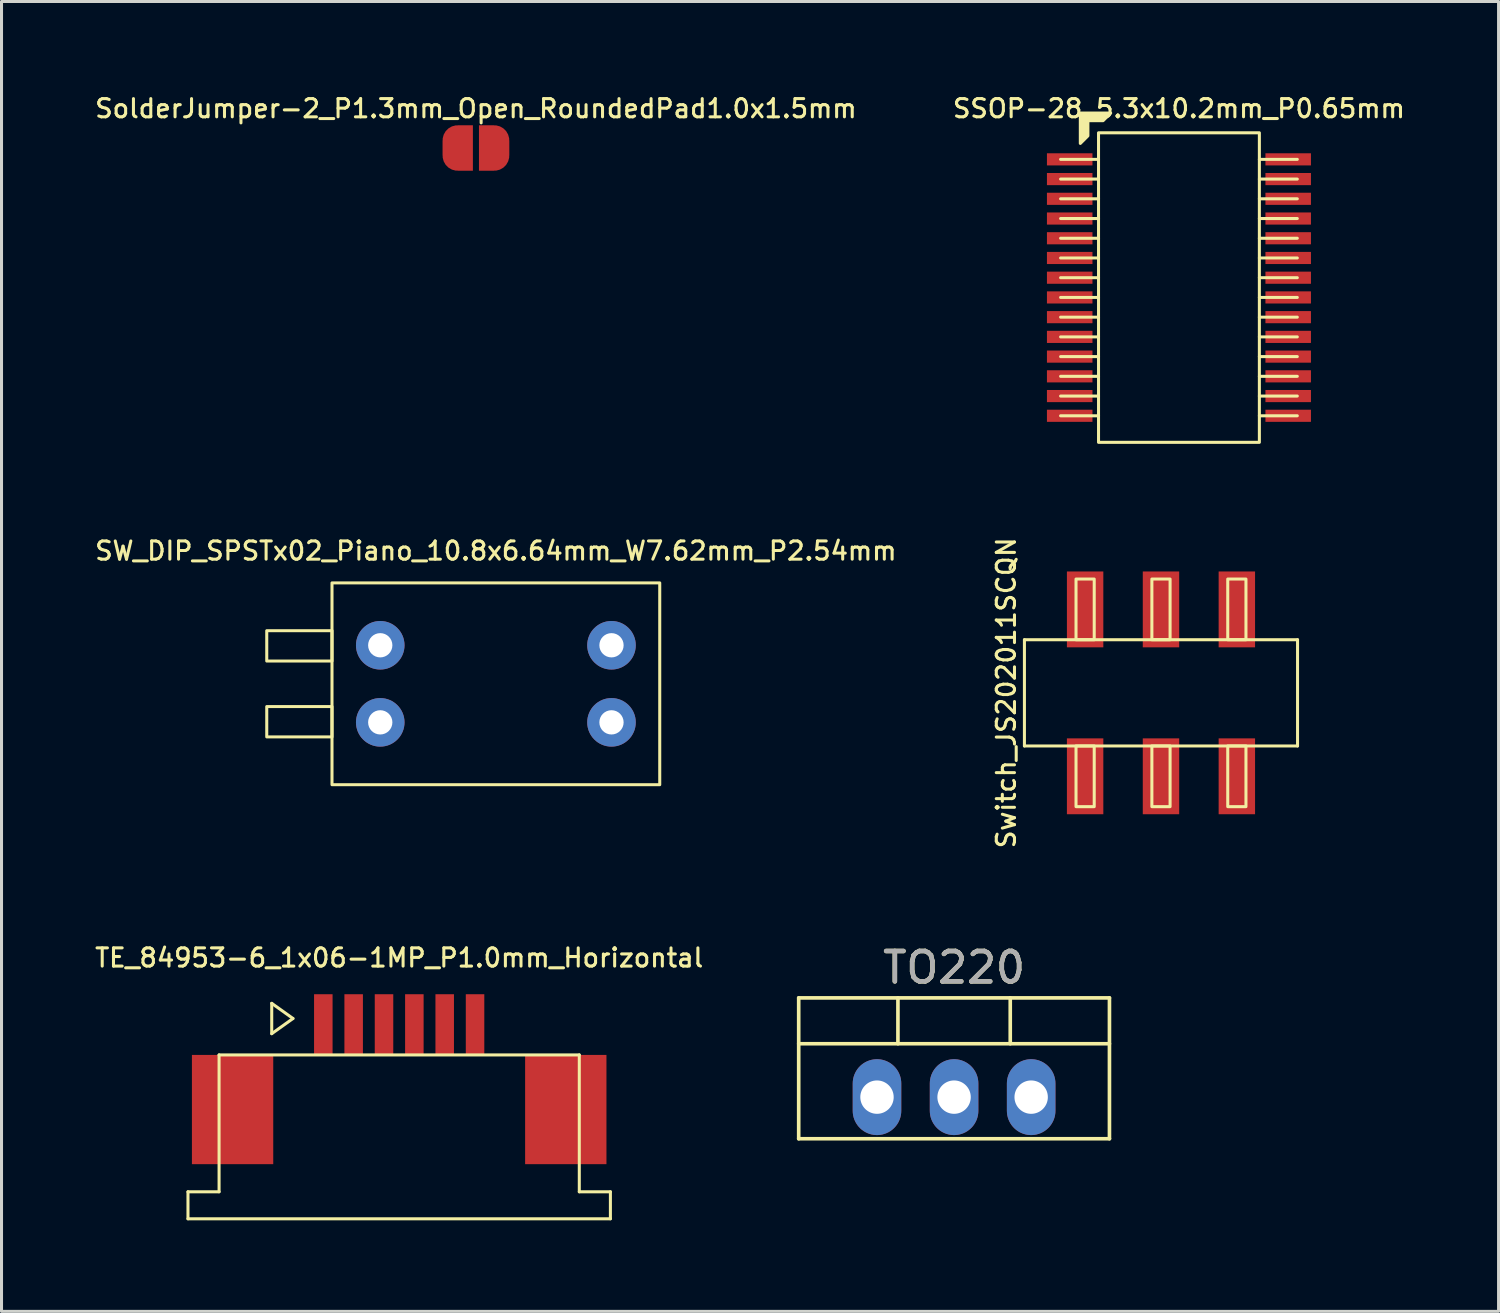
<source format=kicad_pcb>
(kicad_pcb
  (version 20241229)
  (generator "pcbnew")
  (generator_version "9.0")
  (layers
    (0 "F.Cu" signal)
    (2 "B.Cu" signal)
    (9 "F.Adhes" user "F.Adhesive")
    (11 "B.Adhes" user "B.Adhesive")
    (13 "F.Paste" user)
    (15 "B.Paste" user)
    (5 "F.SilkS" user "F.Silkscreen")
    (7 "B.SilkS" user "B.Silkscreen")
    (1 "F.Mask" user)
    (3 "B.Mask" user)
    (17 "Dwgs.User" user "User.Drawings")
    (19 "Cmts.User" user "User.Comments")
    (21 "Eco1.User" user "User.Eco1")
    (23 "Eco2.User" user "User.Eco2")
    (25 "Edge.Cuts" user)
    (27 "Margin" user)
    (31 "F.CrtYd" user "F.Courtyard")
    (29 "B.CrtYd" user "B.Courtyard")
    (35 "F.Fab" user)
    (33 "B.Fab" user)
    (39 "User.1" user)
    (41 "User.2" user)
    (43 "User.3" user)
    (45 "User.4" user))
  (footprint "SW_DIP_SPSTx02_Piano_10.8x6.64mm_W7.62mm_P2.54mm"
    (layer "F.Cu")
    (at 13.29 19.483)
    (property "Reference" "SW_DIP_SPSTx02_Piano_10.8x6.64mm_W7.62mm_P2.54mm" (at 0 -4.38 0) (layer "F.SilkS") (effects (font (size 0.6 0.6) (thickness 0.1) (bold yes))))
    (attr through_hole)
    (fp_rect (start -7.55 -1.75) (end -5.4 -0.75) (stroke (width 0.1) (type default)) (fill no) (layer "F.SilkS"))
    (fp_rect (start -7.55 0.75) (end -5.4 1.75) (stroke (width 0.1) (type default)) (fill no) (layer "F.SilkS"))
    (fp_rect (start 5.4 3.325) (end -5.4 -3.325) (stroke (width 0.1) (type default)) (fill no) (layer "F.SilkS"))
    (pad "1" thru_hole circle (at -3.81 -1.27) (size 1.6 1.6) (drill 0.8) (layers "*.Cu" "*.Mask"))
    (pad "2" thru_hole oval (at -3.81 1.27) (size 1.6 1.6) (drill 0.8) (layers "*.Cu" "*.Mask"))
    (pad "3" thru_hole oval (at 3.81 1.27) (size 1.6 1.6) (drill 0.8) (layers "*.Cu" "*.Mask"))
    (pad "4" thru_hole oval (at 3.81 -1.27) (size 1.6 1.6) (drill 0.8) (layers "*.Cu" "*.Mask")))
  (footprint "Switch_JS202011SCQN"
    (layer "F.Cu")
    (at 35.207 19.781)
    (property "Reference" "Switch_JS202011SCQN" (at -5.1 0 90) (unlocked yes) (layer "F.SilkS") (effects (font (size 0.6 0.6) (thickness 0.1))))
    (attr through_hole)
    (fp_line (start -4.5 -1.75) (end 4.5 -1.75) (stroke (width 0.1) (type solid)) (layer "F.SilkS"))
    (fp_line (start -4.5 1.75) (end -4.5 -1.75) (stroke (width 0.1) (type solid)) (layer "F.SilkS"))
    (fp_line (start 4.5 -1.75) (end 4.5 1.75) (stroke (width 0.1) (type solid)) (layer "F.SilkS"))
    (fp_line (start 4.5 1.75) (end -4.5 1.75) (stroke (width 0.1) (type solid)) (layer "F.SilkS"))
    (fp_rect (start -2.8 -3.75) (end -2.2 -1.75) (stroke (width 0.1) (type solid)) (fill no) (layer "F.SilkS"))
    (fp_rect (start -2.2 3.75) (end -2.8 1.75) (stroke (width 0.1) (type solid)) (fill no) (layer "F.SilkS"))
    (fp_rect (start -0.3 -3.75) (end 0.3 -1.75) (stroke (width 0.1) (type solid)) (fill no) (layer "F.SilkS"))
    (fp_rect (start -0.3 1.75) (end 0.3 3.75) (stroke (width 0.1) (type solid)) (fill no) (layer "F.SilkS"))
    (fp_rect (start 2.2 -3.75) (end 2.8 -1.75) (stroke (width 0.1) (type solid)) (fill no) (layer "F.SilkS"))
    (fp_rect (start 2.8 3.75) (end 2.2 1.75) (stroke (width 0.1) (type solid)) (fill no) (layer "F.SilkS"))
    (pad "1" smd rect (at -2.5 -2.75) (size 1.2 2.5) (layers "F.Cu" "F.Mask" "F.Paste"))
    (pad "1" smd rect (at -2.5 2.75) (size 1.2 2.5) (layers "F.Cu" "F.Mask" "F.Paste"))
    (pad "2" smd rect (at 0 -2.75) (size 1.2 2.5) (layers "F.Cu" "F.Mask" "F.Paste"))
    (pad "2" smd rect (at 0 2.75) (size 1.2 2.5) (layers "F.Cu" "F.Mask" "F.Paste"))
    (pad "3" smd rect (at 2.5 -2.75) (size 1.2 2.5) (layers "F.Cu" "F.Mask" "F.Paste"))
    (pad "3" smd rect (at 2.5 2.75) (size 1.2 2.5) (layers "F.Cu" "F.Mask" "F.Paste")))
  (footprint "SolderJumper-2_P1.3mm_Open_RoundedPad1.0x1.5mm"
    (layer "F.Cu")
    (at 12.633 1.827)
    (property "Reference" "SolderJumper-2_P1.3mm_Open_RoundedPad1.0x1.5mm" (at 0 -1.3 0) (layer "F.SilkS") (effects (font (size 0.6 0.6) (thickness 0.1) (bold yes))))
    (attr exclude_from_pos_files exclude_from_bom)
    (fp_rect (start -0.2 -0.8) (end 0.3 0.8) (stroke (width 0.1) (type solid)) (fill yes) (layer "F.Mask"))
    (pad "1" smd custom (at -0.6 0) (size 1 0.5) (layers "F.Cu" "F.Mask") (options (anchor rect)) (primitives (gr_circle (center 0 0.25) (end 0.5 0.25) (width 0) (fill yes)) (gr_circle (center 0 -0.25) (end 0.5 -0.25) (width 0) (fill yes)) (gr_poly (pts (xy 0.5 0.75) (xy 0 0.75) (xy 0 -0.75) (xy 0.5 -0.75)) (width 0) (fill yes))))
    (pad "2" smd custom (at 0.6 0) (size 1 0.5) (layers "F.Cu" "F.Mask") (options (anchor rect)) (primitives (gr_circle (center 0 0.25) (end 0.5 0.25) (width 0) (fill yes)) (gr_circle (center 0 -0.25) (end 0.5 -0.25) (width 0) (fill yes)) (gr_poly (pts (xy 0 0.75) (xy -0.5 0.75) (xy -0.5 -0.75) (xy 0 -0.75)) (width 0) (fill yes)))))
  (footprint "SSOP-28_5.3x10.2mm_P0.65mm"
    (layer "F.Cu")
    (at 35.799 6.426)
    (property "Reference" "SSOP-28_5.3x10.2mm_P0.65mm" (at 0 -5.9 0) (layer "F.SilkS") (effects (font (size 0.6 0.6) (thickness 0.1) (bold yes))))
    (attr smd)
    (fp_line (start -3.9 -4.225) (end -2.65 -4.225) (stroke (width 0.1) (type default)) (layer "F.SilkS"))
    (fp_line (start -3.9 -3.575) (end -2.65 -3.575) (stroke (width 0.1) (type default)) (layer "F.SilkS"))
    (fp_line (start -3.9 -2.925) (end -2.65 -2.925) (stroke (width 0.1) (type default)) (layer "F.SilkS"))
    (fp_line (start -3.9 -2.275) (end -2.65 -2.275) (stroke (width 0.1) (type default)) (layer "F.SilkS"))
    (fp_line (start -3.9 -1.625) (end -2.65 -1.625) (stroke (width 0.1) (type default)) (layer "F.SilkS"))
    (fp_line (start -3.9 -0.975) (end -2.65 -0.975) (stroke (width 0.1) (type default)) (layer "F.SilkS"))
    (fp_line (start -3.9 -0.325) (end -2.65 -0.325) (stroke (width 0.1) (type default)) (layer "F.SilkS"))
    (fp_line (start -3.9 0.325) (end -2.65 0.325) (stroke (width 0.1) (type default)) (layer "F.SilkS"))
    (fp_line (start -3.9 0.975) (end -2.65 0.975) (stroke (width 0.1) (type default)) (layer "F.SilkS"))
    (fp_line (start -3.9 1.625) (end -2.65 1.625) (stroke (width 0.1) (type default)) (layer "F.SilkS"))
    (fp_line (start -3.9 2.275) (end -2.65 2.275) (stroke (width 0.1) (type default)) (layer "F.SilkS"))
    (fp_line (start -3.9 2.925) (end -2.65 2.925) (stroke (width 0.1) (type default)) (layer "F.SilkS"))
    (fp_line (start -3.9 3.575) (end -2.65 3.575) (stroke (width 0.1) (type default)) (layer "F.SilkS"))
    (fp_line (start -3.9 4.225) (end -2.65 4.225) (stroke (width 0.1) (type default)) (layer "F.SilkS"))
    (fp_line (start 2.65 -4.225) (end 3.9 -4.225) (stroke (width 0.1) (type default)) (layer "F.SilkS"))
    (fp_line (start 2.65 -3.575) (end 3.9 -3.575) (stroke (width 0.1) (type default)) (layer "F.SilkS"))
    (fp_line (start 2.65 -2.925) (end 3.9 -2.925) (stroke (width 0.1) (type default)) (layer "F.SilkS"))
    (fp_line (start 2.65 -2.275) (end 3.9 -2.275) (stroke (width 0.1) (type default)) (layer "F.SilkS"))
    (fp_line (start 2.65 -1.625) (end 3.9 -1.625) (stroke (width 0.1) (type default)) (layer "F.SilkS"))
    (fp_line (start 2.65 -0.975) (end 3.9 -0.975) (stroke (width 0.1) (type default)) (layer "F.SilkS"))
    (fp_line (start 2.65 -0.325) (end 3.9 -0.325) (stroke (width 0.1) (type default)) (layer "F.SilkS"))
    (fp_line (start 2.65 0.325) (end 3.9 0.325) (stroke (width 0.1) (type default)) (layer "F.SilkS"))
    (fp_line (start 2.65 0.975) (end 3.9 0.975) (stroke (width 0.1) (type default)) (layer "F.SilkS"))
    (fp_line (start 2.65 1.625) (end 3.9 1.625) (stroke (width 0.1) (type default)) (layer "F.SilkS"))
    (fp_line (start 2.65 2.275) (end 3.9 2.275) (stroke (width 0.1) (type default)) (layer "F.SilkS"))
    (fp_line (start 2.65 2.925) (end 3.9 2.925) (stroke (width 0.1) (type default)) (layer "F.SilkS"))
    (fp_line (start 2.65 3.575) (end 3.9 3.575) (stroke (width 0.1) (type default)) (layer "F.SilkS"))
    (fp_line (start 2.65 4.225) (end 3.9 4.225) (stroke (width 0.1) (type default)) (layer "F.SilkS"))
    (fp_rect (start -2.65 -5.1) (end 2.65 5.1) (stroke (width 0.1) (type default)) (fill no) (layer "F.SilkS"))
    (fp_poly (pts (xy -3 -5.5) (xy -2.5 -5.5) (xy -2.25 -5.75) (xy -3.25 -5.75) (xy -3.25 -4.75) (xy -3 -5)) (stroke (width 0.1) (type solid)) (fill yes) (layer "F.SilkS"))
    (pad "1" smd rect (at -3.6 -4.225) (size 1.5 0.4) (layers "F.Cu" "F.Mask" "F.Paste"))
    (pad "2" smd rect (at -3.6 -3.575) (size 1.5 0.4) (layers "F.Cu" "F.Mask" "F.Paste"))
    (pad "3" smd rect (at -3.6 -2.925) (size 1.5 0.4) (layers "F.Cu" "F.Mask" "F.Paste"))
    (pad "4" smd rect (at -3.6 -2.275) (size 1.5 0.4) (layers "F.Cu" "F.Mask" "F.Paste"))
    (pad "5" smd rect (at -3.6 -1.625) (size 1.5 0.4) (layers "F.Cu" "F.Mask" "F.Paste"))
    (pad "6" smd rect (at -3.6 -0.975) (size 1.5 0.4) (layers "F.Cu" "F.Mask" "F.Paste"))
    (pad "7" smd rect (at -3.6 -0.325) (size 1.5 0.4) (layers "F.Cu" "F.Mask" "F.Paste"))
    (pad "8" smd rect (at -3.6 0.325) (size 1.5 0.4) (layers "F.Cu" "F.Mask" "F.Paste"))
    (pad "9" smd rect (at -3.6 0.975) (size 1.5 0.4) (layers "F.Cu" "F.Mask" "F.Paste"))
    (pad "10" smd rect (at -3.6 1.625) (size 1.5 0.4) (layers "F.Cu" "F.Mask" "F.Paste"))
    (pad "11" smd rect (at -3.6 2.275) (size 1.5 0.4) (layers "F.Cu" "F.Mask" "F.Paste"))
    (pad "12" smd rect (at -3.6 2.925) (size 1.5 0.4) (layers "F.Cu" "F.Mask" "F.Paste"))
    (pad "13" smd rect (at -3.6 3.575) (size 1.5 0.4) (layers "F.Cu" "F.Mask" "F.Paste"))
    (pad "14" smd rect (at -3.6 4.225) (size 1.5 0.4) (layers "F.Cu" "F.Mask" "F.Paste"))
    (pad "15" smd rect (at 3.6 4.225) (size 1.5 0.4) (layers "F.Cu" "F.Mask" "F.Paste"))
    (pad "16" smd rect (at 3.6 3.575) (size 1.5 0.4) (layers "F.Cu" "F.Mask" "F.Paste"))
    (pad "17" smd rect (at 3.6 2.925) (size 1.5 0.4) (layers "F.Cu" "F.Mask" "F.Paste"))
    (pad "18" smd rect (at 3.6 2.275) (size 1.5 0.4) (layers "F.Cu" "F.Mask" "F.Paste"))
    (pad "19" smd rect (at 3.6 1.625) (size 1.5 0.4) (layers "F.Cu" "F.Mask" "F.Paste"))
    (pad "20" smd rect (at 3.6 0.975) (size 1.5 0.4) (layers "F.Cu" "F.Mask" "F.Paste"))
    (pad "21" smd rect (at 3.6 0.325) (size 1.5 0.4) (layers "F.Cu" "F.Mask" "F.Paste"))
    (pad "22" smd rect (at 3.6 -0.325) (size 1.5 0.4) (layers "F.Cu" "F.Mask" "F.Paste"))
    (pad "23" smd rect (at 3.6 -0.975) (size 1.5 0.4) (layers "F.Cu" "F.Mask" "F.Paste"))
    (pad "24" smd rect (at 3.6 -1.625) (size 1.5 0.4) (layers "F.Cu" "F.Mask" "F.Paste"))
    (pad "25" smd rect (at 3.6 -2.275) (size 1.5 0.4) (layers "F.Cu" "F.Mask" "F.Paste"))
    (pad "26" smd rect (at 3.6 -2.925) (size 1.5 0.4) (layers "F.Cu" "F.Mask" "F.Paste"))
    (pad "27" smd rect (at 3.6 -3.575) (size 1.5 0.4) (layers "F.Cu" "F.Mask" "F.Paste"))
    (pad "28" smd rect (at 3.6 -4.225) (size 1.5 0.4) (layers "F.Cu" "F.Mask" "F.Paste")))
  (footprint "TO220"
    (layer "F.Cu")
    (at 28.389 33.103)
    (property "Reference" "TO220" (at 0 -4.27 0) (layer "F.SilkS") (effects (font (size 1 1) (thickness 0.15))))
    (attr through_hole)
    (fp_line (start -5.12 -3.27) (end -5.12 1.371) (stroke (width 0.12) (type solid)) (layer "F.SilkS"))
    (fp_line (start -5.12 -3.27) (end 5.12 -3.27) (stroke (width 0.12) (type solid)) (layer "F.SilkS"))
    (fp_line (start -5.12 -1.76) (end 5.12 -1.76) (stroke (width 0.12) (type solid)) (layer "F.SilkS"))
    (fp_line (start -5.12 1.371) (end 5.12 1.371) (stroke (width 0.12) (type solid)) (layer "F.SilkS"))
    (fp_line (start -1.85 -3.27) (end -1.85 -1.76) (stroke (width 0.12) (type solid)) (layer "F.SilkS"))
    (fp_line (start 1.851 -3.27) (end 1.851 -1.76) (stroke (width 0.12) (type solid)) (layer "F.SilkS"))
    (fp_line (start 5.12 -3.27) (end 5.12 1.371) (stroke (width 0.12) (type solid)) (layer "F.SilkS"))
    (fp_text user "${REFERENCE}" (at 0 -4.27 0) (layer "F.Fab") (effects (font (size 1 1) (thickness 0.15))))
    (pad "1" thru_hole oval (at -2.54 0) (size 1.6 2.5) (drill 1.1) (layers "*.Cu" "*.Mask"))
    (pad "2" thru_hole oval (at 0 0) (size 1.6 2.5) (drill 1.1) (layers "*.Cu" "*.Mask"))
    (pad "3" thru_hole oval (at 2.54 0) (size 1.6 2.5) (drill 1.1) (layers "*.Cu" "*.Mask")))
  (footprint "TE_84953-6_1x06-1MP_P1.0mm_Horizontal"
    (layer "F.Cu")
    (at 10.104 32.512)
    (property "Reference" "TE_84953-6_1x06-1MP_P1.0mm_Horizontal" (at 0 -4 0) (layer "F.SilkS") (effects (font (size 0.6 0.6) (thickness 0.1) (bold yes))))
    (attr smd)
    (fp_line (start -6.96 3.71) (end -5.935 3.71) (stroke (width 0.1) (type solid)) (layer "F.SilkS"))
    (fp_line (start -6.96 4.6) (end -6.96 3.71) (stroke (width 0.1) (type solid)) (layer "F.SilkS"))
    (fp_line (start -5.935 -0.8) (end 5.935 -0.8) (stroke (width 0.1) (type solid)) (layer "F.SilkS"))
    (fp_line (start -5.935 3.71) (end -5.935 -0.8) (stroke (width 0.1) (type solid)) (layer "F.SilkS"))
    (fp_line (start -4.2 -2.5) (end -4.2 -1.5) (stroke (width 0.1) (type default)) (layer "F.SilkS"))
    (fp_line (start -4.2 -1.5) (end -3.5 -2) (stroke (width 0.1) (type default)) (layer "F.SilkS"))
    (fp_line (start -3.5 -2) (end -4.2 -2.5) (stroke (width 0.1) (type default)) (layer "F.SilkS"))
    (fp_line (start 5.935 -0.8) (end 5.935 3.71) (stroke (width 0.1) (type solid)) (layer "F.SilkS"))
    (fp_line (start 5.935 3.71) (end 6.96 3.71) (stroke (width 0.1) (type solid)) (layer "F.SilkS"))
    (fp_line (start 6.96 3.71) (end 6.96 4.6) (stroke (width 0.1) (type solid)) (layer "F.SilkS"))
    (fp_line (start 6.96 4.6) (end -6.96 4.6) (stroke (width 0.1) (type solid)) (layer "F.SilkS"))
    (pad "" smd rect (at -5.49 1) (size 2.68 3.6) (layers "F.Cu" "F.Mask" "F.Paste"))
    (pad "" smd rect (at 5.49 1) (size 2.68 3.6) (layers "F.Cu" "F.Mask" "F.Paste"))
    (pad "1" smd rect (at -2.5 -1.8) (size 0.61 2) (layers "F.Cu" "F.Mask" "F.Paste"))
    (pad "2" smd rect (at -1.5 -1.8) (size 0.61 2) (layers "F.Cu" "F.Mask" "F.Paste"))
    (pad "3" smd rect (at -0.5 -1.8) (size 0.61 2) (layers "F.Cu" "F.Mask" "F.Paste"))
    (pad "4" smd rect (at 0.5 -1.8) (size 0.61 2) (layers "F.Cu" "F.Mask" "F.Paste"))
    (pad "5" smd rect (at 1.5 -1.8) (size 0.61 2) (layers "F.Cu" "F.Mask" "F.Paste"))
    (pad "6" smd rect (at 2.5 -1.8) (size 0.61 2) (layers "F.Cu" "F.Mask" "F.Paste")))
  (gr_rect
    (start -3 -3)
    (end 46.331 40.162)
    (stroke (width 0.1) (type default))
    (fill no)
    (layer "Edge.Cuts")))
</source>
